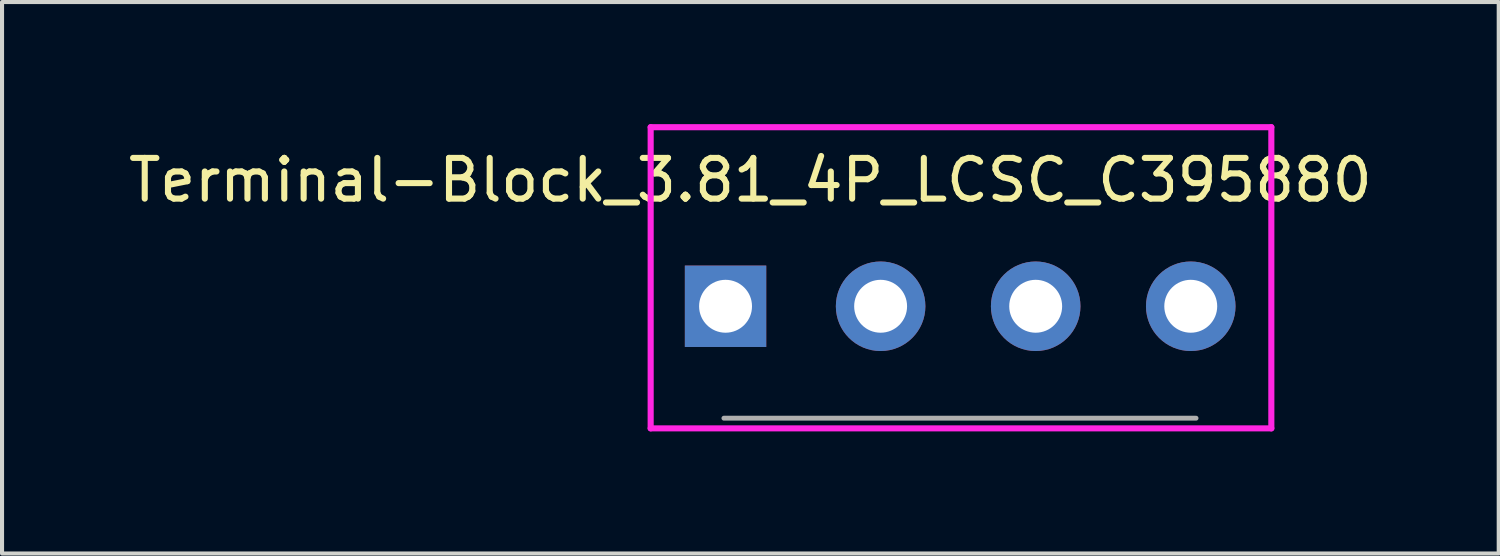
<source format=kicad_pcb>
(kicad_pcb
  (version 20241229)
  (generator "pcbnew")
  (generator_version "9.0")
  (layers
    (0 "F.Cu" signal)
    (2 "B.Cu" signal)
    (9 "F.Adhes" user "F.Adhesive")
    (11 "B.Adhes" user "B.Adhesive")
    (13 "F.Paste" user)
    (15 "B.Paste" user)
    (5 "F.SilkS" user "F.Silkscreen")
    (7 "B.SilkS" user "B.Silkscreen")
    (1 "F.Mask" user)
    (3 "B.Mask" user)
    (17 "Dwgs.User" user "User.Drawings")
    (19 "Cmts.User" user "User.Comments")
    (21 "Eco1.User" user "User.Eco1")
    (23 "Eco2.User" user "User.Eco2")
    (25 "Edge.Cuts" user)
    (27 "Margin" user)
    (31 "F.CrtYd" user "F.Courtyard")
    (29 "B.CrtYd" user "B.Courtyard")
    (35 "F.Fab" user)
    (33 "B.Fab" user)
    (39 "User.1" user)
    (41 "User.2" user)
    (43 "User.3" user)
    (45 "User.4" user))
  (footprint "Terminal-Block_3.81_4P_LCSC_C395880"
    (layer "F.Cu")
    (at 18.587 4.475)
    (property "Reference" "Terminal-Block_3.81_4P_LCSC_C395880" (at -3.2 -3.1 0) (layer "F.SilkS") (effects (font (size 1 1) (thickness 0.15))))
    (attr through_hole)
    (fp_line (start -5.65 -4.4) (end -5.65 3) (stroke (width 0.15) (type solid)) (layer "F.CrtYd"))
    (fp_line (start -5.65 -4.4) (end 9.6 -4.4) (stroke (width 0.15) (type solid)) (layer "F.CrtYd"))
    (fp_line (start -5.65 3) (end 9.6 3) (stroke (width 0.15) (type solid)) (layer "F.CrtYd"))
    (fp_line (start 9.6 -4.4) (end 9.6 3) (stroke (width 0.15) (type solid)) (layer "F.CrtYd"))
    (fp_line (start -3.85 2.75) (end 7.75 2.75) (stroke (width 0.12) (type solid)) (layer "F.Fab"))
    (pad "1" thru_hole rect (at -3.81 0) (size 2 2) (drill 1.3) (layers "*.Cu" "*.Mask"))
    (pad "2" thru_hole circle (at 0 0) (size 2.2 2.2) (drill 1.3) (layers "*.Cu" "*.Mask"))
    (pad "3" thru_hole circle (at 3.81 0) (size 2.2 2.2) (drill 1.3) (layers "*.Cu" "*.Mask"))
    (pad "4" thru_hole circle (at 7.62 0) (size 2.2 2.2) (drill 1.3) (layers "*.Cu" "*.Mask")))
  (gr_rect
    (start -3 -3)
    (end 33.774 10.55)
    (stroke (width 0.1) (type default))
    (fill no)
    (layer "Edge.Cuts")))
</source>
